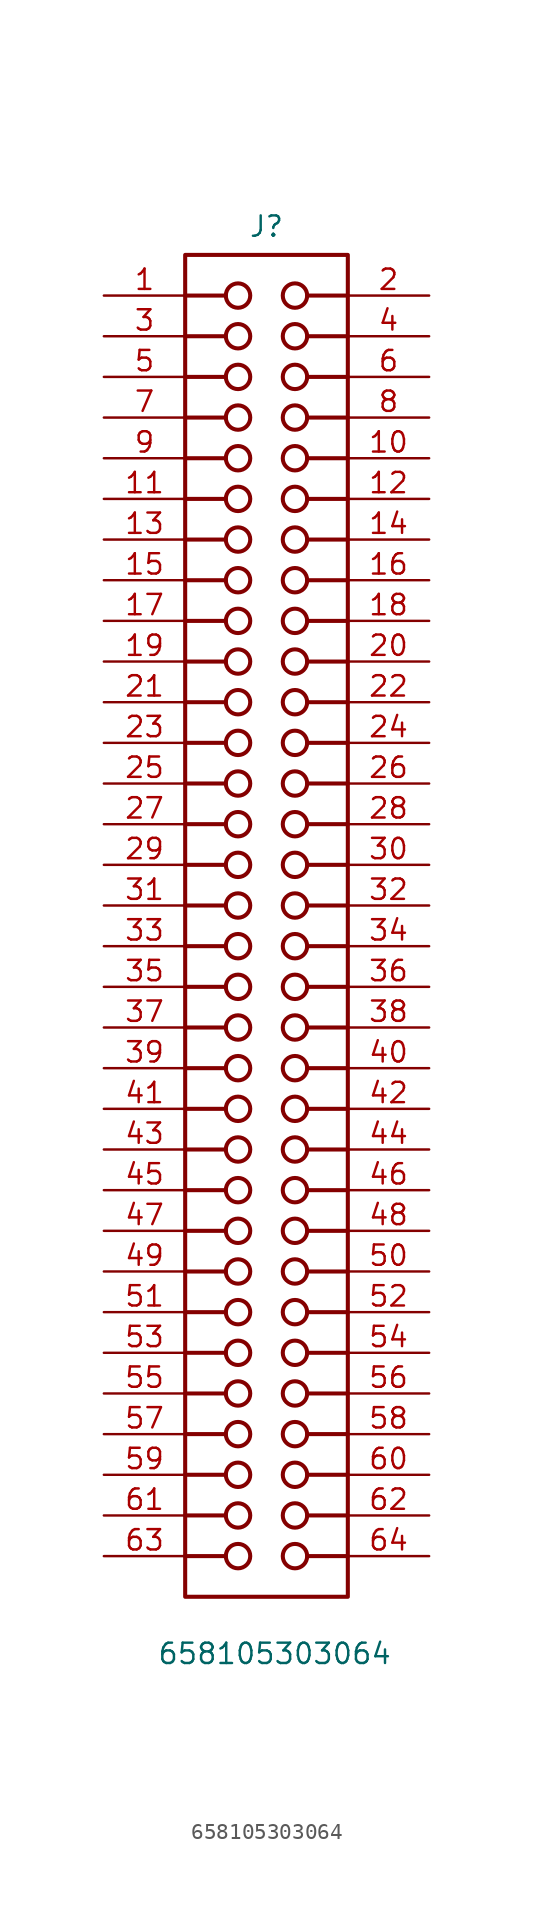
<source format=kicad_sym>
(kicad_symbol_lib
  (version 20241209)
  (generator "kicad_symbol_editor")
  (generator_version "9.0")
  (symbol "658105303064"
    (pin_names
      (hide yes))
    (property "Reference" "J"
      (at 0 42.418 0)
      (effects (font (size 1.27 1.27))))
    (property "Value" "658105303064"
      (at 0.508 -46.736 0)
      (effects (font (size 1.27 1.27))))
    (symbol "658105303064_1_1"
      (rectangle (start -5.08 40.64) (end 5.08 -43.18) (stroke (width 0.254) (type solid)) (fill (type none)))
      (polyline (pts (xy -5.08 38.1) (xy -2.54 38.1)) (stroke (width 0.254) (type solid)) (fill (type none)))
      (polyline (pts (xy -5.08 35.56) (xy -2.54 35.56)) (stroke (width 0.254) (type solid)) (fill (type none)))
      (polyline (pts (xy -5.08 33.02) (xy -2.54 33.02)) (stroke (width 0.254) (type solid)) (fill (type none)))
      (polyline (pts (xy -5.08 30.48) (xy -2.54 30.48)) (stroke (width 0.254) (type solid)) (fill (type none)))
      (polyline (pts (xy -5.08 27.94) (xy -2.54 27.94)) (stroke (width 0.254) (type solid)) (fill (type none)))
      (polyline (pts (xy -5.08 25.4) (xy -2.54 25.4)) (stroke (width 0.254) (type solid)) (fill (type none)))
      (polyline (pts (xy -5.08 22.86) (xy -2.54 22.86)) (stroke (width 0.254) (type solid)) (fill (type none)))
      (polyline (pts (xy -5.08 20.32) (xy -2.54 20.32)) (stroke (width 0.254) (type solid)) (fill (type none)))
      (polyline (pts (xy -5.08 17.78) (xy -2.54 17.78)) (stroke (width 0.254) (type solid)) (fill (type none)))
      (polyline (pts (xy -5.08 15.24) (xy -2.54 15.24)) (stroke (width 0.254) (type solid)) (fill (type none)))
      (polyline (pts (xy -5.08 12.7) (xy -2.54 12.7)) (stroke (width 0.254) (type solid)) (fill (type none)))
      (polyline (pts (xy -5.08 10.16) (xy -2.54 10.16)) (stroke (width 0.254) (type solid)) (fill (type none)))
      (polyline (pts (xy -5.08 7.62) (xy -2.54 7.62)) (stroke (width 0.254) (type solid)) (fill (type none)))
      (polyline (pts (xy -5.08 5.08) (xy -2.54 5.08)) (stroke (width 0.254) (type solid)) (fill (type none)))
      (polyline (pts (xy -5.08 2.54) (xy -2.54 2.54)) (stroke (width 0.254) (type solid)) (fill (type none)))
      (polyline (pts (xy -5.08 0) (xy -2.54 0)) (stroke (width 0.254) (type solid)) (fill (type none)))
      (polyline (pts (xy -5.08 -2.54) (xy -2.54 -2.54)) (stroke (width 0.254) (type solid)) (fill (type none)))
      (polyline (pts (xy -5.08 -5.08) (xy -2.54 -5.08)) (stroke (width 0.254) (type solid)) (fill (type none)))
      (polyline (pts (xy -5.08 -7.62) (xy -2.54 -7.62)) (stroke (width 0.254) (type solid)) (fill (type none)))
      (polyline (pts (xy -5.08 -10.16) (xy -2.54 -10.16)) (stroke (width 0.254) (type solid)) (fill (type none)))
      (polyline (pts (xy -5.08 -12.7) (xy -2.54 -12.7)) (stroke (width 0.254) (type solid)) (fill (type none)))
      (polyline (pts (xy -5.08 -15.24) (xy -2.54 -15.24)) (stroke (width 0.254) (type solid)) (fill (type none)))
      (polyline (pts (xy -5.08 -17.78) (xy -2.54 -17.78)) (stroke (width 0.254) (type solid)) (fill (type none)))
      (polyline (pts (xy -5.08 -20.32) (xy -2.54 -20.32)) (stroke (width 0.254) (type solid)) (fill (type none)))
      (polyline (pts (xy -5.08 -22.86) (xy -2.54 -22.86)) (stroke (width 0.254) (type solid)) (fill (type none)))
      (polyline (pts (xy -5.08 -25.4) (xy -2.54 -25.4)) (stroke (width 0.254) (type solid)) (fill (type none)))
      (polyline (pts (xy -5.08 -27.94) (xy -2.54 -27.94)) (stroke (width 0.254) (type solid)) (fill (type none)))
      (polyline (pts (xy -5.08 -30.48) (xy -2.54 -30.48)) (stroke (width 0.254) (type solid)) (fill (type none)))
      (polyline (pts (xy -5.08 -33.02) (xy -2.54 -33.02)) (stroke (width 0.254) (type solid)) (fill (type none)))
      (polyline (pts (xy -5.08 -35.56) (xy -2.54 -35.56)) (stroke (width 0.254) (type solid)) (fill (type none)))
      (polyline (pts (xy -5.08 -38.1) (xy -2.54 -38.1)) (stroke (width 0.254) (type solid)) (fill (type none)))
      (polyline (pts (xy -5.08 -40.64) (xy -2.54 -40.64)) (stroke (width 0.254) (type solid)) (fill (type none)))
      (circle (center -1.778 38.1) (radius 0.762) (stroke (width 0.254) (type solid)) (fill (type none)))
      (circle (center -1.778 35.56) (radius 0.762) (stroke (width 0.254) (type solid)) (fill (type none)))
      (circle (center -1.778 33.02) (radius 0.762) (stroke (width 0.254) (type solid)) (fill (type none)))
      (circle (center -1.778 30.48) (radius 0.762) (stroke (width 0.254) (type solid)) (fill (type none)))
      (circle (center -1.778 27.94) (radius 0.762) (stroke (width 0.254) (type solid)) (fill (type none)))
      (circle (center -1.778 25.4) (radius 0.762) (stroke (width 0.254) (type solid)) (fill (type none)))
      (circle (center -1.778 22.86) (radius 0.762) (stroke (width 0.254) (type solid)) (fill (type none)))
      (circle (center -1.778 20.32) (radius 0.762) (stroke (width 0.254) (type solid)) (fill (type none)))
      (circle (center -1.778 17.78) (radius 0.762) (stroke (width 0.254) (type solid)) (fill (type none)))
      (circle (center -1.778 15.24) (radius 0.762) (stroke (width 0.254) (type solid)) (fill (type none)))
      (circle (center -1.778 12.7) (radius 0.762) (stroke (width 0.254) (type solid)) (fill (type none)))
      (circle (center -1.778 10.16) (radius 0.762) (stroke (width 0.254) (type solid)) (fill (type none)))
      (circle (center -1.778 7.62) (radius 0.762) (stroke (width 0.254) (type solid)) (fill (type none)))
      (circle (center -1.778 5.08) (radius 0.762) (stroke (width 0.254) (type solid)) (fill (type none)))
      (circle (center -1.778 2.54) (radius 0.762) (stroke (width 0.254) (type solid)) (fill (type none)))
      (circle (center -1.778 0) (radius 0.762) (stroke (width 0.254) (type solid)) (fill (type none)))
      (circle (center -1.778 -2.54) (radius 0.762) (stroke (width 0.254) (type solid)) (fill (type none)))
      (circle (center -1.778 -5.08) (radius 0.762) (stroke (width 0.254) (type solid)) (fill (type none)))
      (circle (center -1.778 -7.62) (radius 0.762) (stroke (width 0.254) (type solid)) (fill (type none)))
      (circle (center -1.778 -10.16) (radius 0.762) (stroke (width 0.254) (type solid)) (fill (type none)))
      (circle (center -1.778 -12.7) (radius 0.762) (stroke (width 0.254) (type solid)) (fill (type none)))
      (circle (center -1.778 -15.24) (radius 0.762) (stroke (width 0.254) (type solid)) (fill (type none)))
      (circle (center -1.778 -17.78) (radius 0.762) (stroke (width 0.254) (type solid)) (fill (type none)))
      (circle (center -1.778 -20.32) (radius 0.762) (stroke (width 0.254) (type solid)) (fill (type none)))
      (circle (center -1.778 -22.86) (radius 0.762) (stroke (width 0.254) (type solid)) (fill (type none)))
      (circle (center -1.778 -25.4) (radius 0.762) (stroke (width 0.254) (type solid)) (fill (type none)))
      (circle (center -1.778 -27.94) (radius 0.762) (stroke (width 0.254) (type solid)) (fill (type none)))
      (circle (center -1.778 -30.48) (radius 0.762) (stroke (width 0.254) (type solid)) (fill (type none)))
      (circle (center -1.778 -33.02) (radius 0.762) (stroke (width 0.254) (type solid)) (fill (type none)))
      (circle (center -1.778 -35.56) (radius 0.762) (stroke (width 0.254) (type solid)) (fill (type none)))
      (circle (center -1.778 -38.1) (radius 0.762) (stroke (width 0.254) (type solid)) (fill (type none)))
      (circle (center -1.778 -40.64) (radius 0.762) (stroke (width 0.254) (type solid)) (fill (type none)))
      (circle (center 1.778 38.1) (radius 0.762) (stroke (width 0.254) (type solid)) (fill (type none)))
      (circle (center 1.778 35.56) (radius 0.762) (stroke (width 0.254) (type solid)) (fill (type none)))
      (circle (center 1.778 33.02) (radius 0.762) (stroke (width 0.254) (type solid)) (fill (type none)))
      (circle (center 1.778 30.48) (radius 0.762) (stroke (width 0.254) (type solid)) (fill (type none)))
      (circle (center 1.778 27.94) (radius 0.762) (stroke (width 0.254) (type solid)) (fill (type none)))
      (circle (center 1.778 25.4) (radius 0.762) (stroke (width 0.254) (type solid)) (fill (type none)))
      (circle (center 1.778 22.86) (radius 0.762) (stroke (width 0.254) (type solid)) (fill (type none)))
      (circle (center 1.778 20.32) (radius 0.762) (stroke (width 0.254) (type solid)) (fill (type none)))
      (circle (center 1.778 17.78) (radius 0.762) (stroke (width 0.254) (type solid)) (fill (type none)))
      (circle (center 1.778 15.24) (radius 0.762) (stroke (width 0.254) (type solid)) (fill (type none)))
      (circle (center 1.778 12.7) (radius 0.762) (stroke (width 0.254) (type solid)) (fill (type none)))
      (circle (center 1.778 10.16) (radius 0.762) (stroke (width 0.254) (type solid)) (fill (type none)))
      (circle (center 1.778 7.62) (radius 0.762) (stroke (width 0.254) (type solid)) (fill (type none)))
      (circle (center 1.778 5.08) (radius 0.762) (stroke (width 0.254) (type solid)) (fill (type none)))
      (circle (center 1.778 2.54) (radius 0.762) (stroke (width 0.254) (type solid)) (fill (type none)))
      (circle (center 1.778 0) (radius 0.762) (stroke (width 0.254) (type solid)) (fill (type none)))
      (circle (center 1.778 -2.54) (radius 0.762) (stroke (width 0.254) (type solid)) (fill (type none)))
      (circle (center 1.778 -5.08) (radius 0.762) (stroke (width 0.254) (type solid)) (fill (type none)))
      (circle (center 1.778 -7.62) (radius 0.762) (stroke (width 0.254) (type solid)) (fill (type none)))
      (circle (center 1.778 -10.16) (radius 0.762) (stroke (width 0.254) (type solid)) (fill (type none)))
      (circle (center 1.778 -12.7) (radius 0.762) (stroke (width 0.254) (type solid)) (fill (type none)))
      (circle (center 1.778 -15.24) (radius 0.762) (stroke (width 0.254) (type solid)) (fill (type none)))
      (circle (center 1.778 -17.78) (radius 0.762) (stroke (width 0.254) (type solid)) (fill (type none)))
      (circle (center 1.778 -20.32) (radius 0.762) (stroke (width 0.254) (type solid)) (fill (type none)))
      (circle (center 1.778 -22.86) (radius 0.762) (stroke (width 0.254) (type solid)) (fill (type none)))
      (circle (center 1.778 -25.4) (radius 0.762) (stroke (width 0.254) (type solid)) (fill (type none)))
      (circle (center 1.778 -27.94) (radius 0.762) (stroke (width 0.254) (type solid)) (fill (type none)))
      (circle (center 1.778 -30.48) (radius 0.762) (stroke (width 0.254) (type solid)) (fill (type none)))
      (circle (center 1.778 -33.02) (radius 0.762) (stroke (width 0.254) (type solid)) (fill (type none)))
      (circle (center 1.778 -35.56) (radius 0.762) (stroke (width 0.254) (type solid)) (fill (type none)))
      (circle (center 1.778 -38.1) (radius 0.762) (stroke (width 0.254) (type solid)) (fill (type none)))
      (circle (center 1.778 -40.64) (radius 0.762) (stroke (width 0.254) (type solid)) (fill (type none)))
      (polyline (pts (xy 5.08 38.1) (xy 2.54 38.1)) (stroke (width 0.254) (type solid)) (fill (type none)))
      (polyline (pts (xy 5.08 35.56) (xy 2.54 35.56)) (stroke (width 0.254) (type solid)) (fill (type none)))
      (polyline (pts (xy 5.08 33.02) (xy 2.54 33.02)) (stroke (width 0.254) (type solid)) (fill (type none)))
      (polyline (pts (xy 5.08 30.48) (xy 2.54 30.48)) (stroke (width 0.254) (type solid)) (fill (type none)))
      (polyline (pts (xy 5.08 27.94) (xy 2.54 27.94)) (stroke (width 0.254) (type solid)) (fill (type none)))
      (polyline (pts (xy 5.08 25.4) (xy 2.54 25.4)) (stroke (width 0.254) (type solid)) (fill (type none)))
      (polyline (pts (xy 5.08 22.86) (xy 2.54 22.86)) (stroke (width 0.254) (type solid)) (fill (type none)))
      (polyline (pts (xy 5.08 20.32) (xy 2.54 20.32)) (stroke (width 0.254) (type solid)) (fill (type none)))
      (polyline (pts (xy 5.08 17.78) (xy 2.54 17.78)) (stroke (width 0.254) (type solid)) (fill (type none)))
      (polyline (pts (xy 5.08 15.24) (xy 2.54 15.24)) (stroke (width 0.254) (type solid)) (fill (type none)))
      (polyline (pts (xy 5.08 12.7) (xy 2.54 12.7)) (stroke (width 0.254) (type solid)) (fill (type none)))
      (polyline (pts (xy 5.08 10.16) (xy 2.54 10.16)) (stroke (width 0.254) (type solid)) (fill (type none)))
      (polyline (pts (xy 5.08 7.62) (xy 2.54 7.62)) (stroke (width 0.254) (type solid)) (fill (type none)))
      (polyline (pts (xy 5.08 5.08) (xy 2.54 5.08)) (stroke (width 0.254) (type solid)) (fill (type none)))
      (polyline (pts (xy 5.08 2.54) (xy 2.54 2.54)) (stroke (width 0.254) (type solid)) (fill (type none)))
      (polyline (pts (xy 5.08 0) (xy 2.54 0)) (stroke (width 0.254) (type solid)) (fill (type none)))
      (polyline (pts (xy 5.08 -2.54) (xy 2.54 -2.54)) (stroke (width 0.254) (type solid)) (fill (type none)))
      (polyline (pts (xy 5.08 -5.08) (xy 2.54 -5.08)) (stroke (width 0.254) (type solid)) (fill (type none)))
      (polyline (pts (xy 5.08 -7.62) (xy 2.54 -7.62)) (stroke (width 0.254) (type solid)) (fill (type none)))
      (polyline (pts (xy 5.08 -10.16) (xy 2.54 -10.16)) (stroke (width 0.254) (type solid)) (fill (type none)))
      (polyline (pts (xy 5.08 -12.7) (xy 2.54 -12.7)) (stroke (width 0.254) (type solid)) (fill (type none)))
      (polyline (pts (xy 5.08 -15.24) (xy 2.54 -15.24)) (stroke (width 0.254) (type solid)) (fill (type none)))
      (polyline (pts (xy 5.08 -17.78) (xy 2.54 -17.78)) (stroke (width 0.254) (type solid)) (fill (type none)))
      (polyline (pts (xy 5.08 -20.32) (xy 2.54 -20.32)) (stroke (width 0.254) (type solid)) (fill (type none)))
      (polyline (pts (xy 5.08 -22.86) (xy 2.54 -22.86)) (stroke (width 0.254) (type solid)) (fill (type none)))
      (polyline (pts (xy 5.08 -25.4) (xy 2.54 -25.4)) (stroke (width 0.254) (type solid)) (fill (type none)))
      (polyline (pts (xy 5.08 -27.94) (xy 2.54 -27.94)) (stroke (width 0.254) (type solid)) (fill (type none)))
      (polyline (pts (xy 5.08 -30.48) (xy 2.54 -30.48)) (stroke (width 0.254) (type solid)) (fill (type none)))
      (polyline (pts (xy 5.08 -33.02) (xy 2.54 -33.02)) (stroke (width 0.254) (type solid)) (fill (type none)))
      (polyline (pts (xy 5.08 -35.56) (xy 2.54 -35.56)) (stroke (width 0.254) (type solid)) (fill (type none)))
      (polyline (pts (xy 5.08 -38.1) (xy 2.54 -38.1)) (stroke (width 0.254) (type solid)) (fill (type none)))
      (polyline (pts (xy 5.08 -40.64) (xy 2.54 -40.64)) (stroke (width 0.254) (type solid)) (fill (type none)))
      (pin passive line (at -10.16 38.1 0) (length 5.08) (name "1" (effects (font (size 1.27 1.27)))) (number "1" (effects (font (size 1.27 1.27)))))
      (pin passive line (at -10.16 35.56 0) (length 5.08) (name "3" (effects (font (size 1.27 1.27)))) (number "3" (effects (font (size 1.27 1.27)))))
      (pin passive line (at -10.16 33.02 0) (length 5.08) (name "5" (effects (font (size 1.27 1.27)))) (number "5" (effects (font (size 1.27 1.27)))))
      (pin passive line (at -10.16 30.48 0) (length 5.08) (name "7" (effects (font (size 1.27 1.27)))) (number "7" (effects (font (size 1.27 1.27)))))
      (pin passive line (at -10.16 27.94 0) (length 5.08) (name "9" (effects (font (size 1.27 1.27)))) (number "9" (effects (font (size 1.27 1.27)))))
      (pin passive line (at -10.16 25.4 0) (length 5.08) (name "11" (effects (font (size 1.27 1.27)))) (number "11" (effects (font (size 1.27 1.27)))))
      (pin passive line (at -10.16 22.86 0) (length 5.08) (name "13" (effects (font (size 1.27 1.27)))) (number "13" (effects (font (size 1.27 1.27)))))
      (pin passive line (at -10.16 20.32 0) (length 5.08) (name "15" (effects (font (size 1.27 1.27)))) (number "15" (effects (font (size 1.27 1.27)))))
      (pin passive line (at -10.16 17.78 0) (length 5.08) (name "17" (effects (font (size 1.27 1.27)))) (number "17" (effects (font (size 1.27 1.27)))))
      (pin passive line (at -10.16 15.24 0) (length 5.08) (name "19" (effects (font (size 1.27 1.27)))) (number "19" (effects (font (size 1.27 1.27)))))
      (pin passive line (at -10.16 12.7 0) (length 5.08) (name "21" (effects (font (size 1.27 1.27)))) (number "21" (effects (font (size 1.27 1.27)))))
      (pin passive line (at -10.16 10.16 0) (length 5.08) (name "23" (effects (font (size 1.27 1.27)))) (number "23" (effects (font (size 1.27 1.27)))))
      (pin passive line (at -10.16 7.62 0) (length 5.08) (name "25" (effects (font (size 1.27 1.27)))) (number "25" (effects (font (size 1.27 1.27)))))
      (pin passive line (at -10.16 5.08 0) (length 5.08) (name "27" (effects (font (size 1.27 1.27)))) (number "27" (effects (font (size 1.27 1.27)))))
      (pin passive line (at -10.16 2.54 0) (length 5.08) (name "29" (effects (font (size 1.27 1.27)))) (number "29" (effects (font (size 1.27 1.27)))))
      (pin passive line (at -10.16 0 0) (length 5.08) (name "31" (effects (font (size 1.27 1.27)))) (number "31" (effects (font (size 1.27 1.27)))))
      (pin passive line (at -10.16 -2.54 0) (length 5.08) (name "33" (effects (font (size 1.27 1.27)))) (number "33" (effects (font (size 1.27 1.27)))))
      (pin passive line (at -10.16 -5.08 0) (length 5.08) (name "35" (effects (font (size 1.27 1.27)))) (number "35" (effects (font (size 1.27 1.27)))))
      (pin passive line (at -10.16 -7.62 0) (length 5.08) (name "37" (effects (font (size 1.27 1.27)))) (number "37" (effects (font (size 1.27 1.27)))))
      (pin passive line (at -10.16 -10.16 0) (length 5.08) (name "39" (effects (font (size 1.27 1.27)))) (number "39" (effects (font (size 1.27 1.27)))))
      (pin passive line (at -10.16 -12.7 0) (length 5.08) (name "41" (effects (font (size 1.27 1.27)))) (number "41" (effects (font (size 1.27 1.27)))))
      (pin passive line (at -10.16 -15.24 0) (length 5.08) (name "43" (effects (font (size 1.27 1.27)))) (number "43" (effects (font (size 1.27 1.27)))))
      (pin passive line (at -10.16 -17.78 0) (length 5.08) (name "45" (effects (font (size 1.27 1.27)))) (number "45" (effects (font (size 1.27 1.27)))))
      (pin passive line (at -10.16 -20.32 0) (length 5.08) (name "47" (effects (font (size 1.27 1.27)))) (number "47" (effects (font (size 1.27 1.27)))))
      (pin passive line (at -10.16 -22.86 0) (length 5.08) (name "49" (effects (font (size 1.27 1.27)))) (number "49" (effects (font (size 1.27 1.27)))))
      (pin passive line (at -10.16 -25.4 0) (length 5.08) (name "51" (effects (font (size 1.27 1.27)))) (number "51" (effects (font (size 1.27 1.27)))))
      (pin passive line (at -10.16 -27.94 0) (length 5.08) (name "53" (effects (font (size 1.27 1.27)))) (number "53" (effects (font (size 1.27 1.27)))))
      (pin passive line (at -10.16 -30.48 0) (length 5.08) (name "55" (effects (font (size 1.27 1.27)))) (number "55" (effects (font (size 1.27 1.27)))))
      (pin passive line (at -10.16 -33.02 0) (length 5.08) (name "57" (effects (font (size 1.27 1.27)))) (number "57" (effects (font (size 1.27 1.27)))))
      (pin passive line (at -10.16 -35.56 0) (length 5.08) (name "59" (effects (font (size 1.27 1.27)))) (number "59" (effects (font (size 1.27 1.27)))))
      (pin passive line (at -10.16 -38.1 0) (length 5.08) (name "61" (effects (font (size 1.27 1.27)))) (number "61" (effects (font (size 1.27 1.27)))))
      (pin passive line (at -10.16 -40.64 0) (length 5.08) (name "63" (effects (font (size 1.27 1.27)))) (number "63" (effects (font (size 1.27 1.27)))))
      (pin passive line (at 10.16 38.1 180) (length 5.08) (name "2" (effects (font (size 1.27 1.27)))) (number "2" (effects (font (size 1.27 1.27)))))
      (pin passive line (at 10.16 35.56 180) (length 5.08) (name "4" (effects (font (size 1.27 1.27)))) (number "4" (effects (font (size 1.27 1.27)))))
      (pin passive line (at 10.16 33.02 180) (length 5.08) (name "6" (effects (font (size 1.27 1.27)))) (number "6" (effects (font (size 1.27 1.27)))))
      (pin passive line (at 10.16 30.48 180) (length 5.08) (name "8" (effects (font (size 1.27 1.27)))) (number "8" (effects (font (size 1.27 1.27)))))
      (pin passive line (at 10.16 27.94 180) (length 5.08) (name "10" (effects (font (size 1.27 1.27)))) (number "10" (effects (font (size 1.27 1.27)))))
      (pin passive line (at 10.16 25.4 180) (length 5.08) (name "12" (effects (font (size 1.27 1.27)))) (number "12" (effects (font (size 1.27 1.27)))))
      (pin passive line (at 10.16 22.86 180) (length 5.08) (name "14" (effects (font (size 1.27 1.27)))) (number "14" (effects (font (size 1.27 1.27)))))
      (pin passive line (at 10.16 20.32 180) (length 5.08) (name "16" (effects (font (size 1.27 1.27)))) (number "16" (effects (font (size 1.27 1.27)))))
      (pin passive line (at 10.16 17.78 180) (length 5.08) (name "18" (effects (font (size 1.27 1.27)))) (number "18" (effects (font (size 1.27 1.27)))))
      (pin passive line (at 10.16 15.24 180) (length 5.08) (name "20" (effects (font (size 1.27 1.27)))) (number "20" (effects (font (size 1.27 1.27)))))
      (pin passive line (at 10.16 12.7 180) (length 5.08) (name "22" (effects (font (size 1.27 1.27)))) (number "22" (effects (font (size 1.27 1.27)))))
      (pin passive line (at 10.16 10.16 180) (length 5.08) (name "24" (effects (font (size 1.27 1.27)))) (number "24" (effects (font (size 1.27 1.27)))))
      (pin passive line (at 10.16 7.62 180) (length 5.08) (name "1" (effects (font (size 1.27 1.27)))) (number "26" (effects (font (size 1.27 1.27)))))
      (pin passive line (at 10.16 5.08 180) (length 5.08) (name "28" (effects (font (size 1.27 1.27)))) (number "28" (effects (font (size 1.27 1.27)))))
      (pin passive line (at 10.16 2.54 180) (length 5.08) (name "30" (effects (font (size 1.27 1.27)))) (number "30" (effects (font (size 1.27 1.27)))))
      (pin passive line (at 10.16 0 180) (length 5.08) (name "32" (effects (font (size 1.27 1.27)))) (number "32" (effects (font (size 1.27 1.27)))))
      (pin passive line (at 10.16 -2.54 180) (length 5.08) (name "34" (effects (font (size 1.27 1.27)))) (number "34" (effects (font (size 1.27 1.27)))))
      (pin passive line (at 10.16 -5.08 180) (length 5.08) (name "36" (effects (font (size 1.27 1.27)))) (number "36" (effects (font (size 1.27 1.27)))))
      (pin passive line (at 10.16 -7.62 180) (length 5.08) (name "38" (effects (font (size 1.27 1.27)))) (number "38" (effects (font (size 1.27 1.27)))))
      (pin passive line (at 10.16 -10.16 180) (length 5.08) (name "40" (effects (font (size 1.27 1.27)))) (number "40" (effects (font (size 1.27 1.27)))))
      (pin passive line (at 10.16 -12.7 180) (length 5.08) (name "42" (effects (font (size 1.27 1.27)))) (number "42" (effects (font (size 1.27 1.27)))))
      (pin passive line (at 10.16 -15.24 180) (length 5.08) (name "44" (effects (font (size 1.27 1.27)))) (number "44" (effects (font (size 1.27 1.27)))))
      (pin passive line (at 10.16 -17.78 180) (length 5.08) (name "46" (effects (font (size 1.27 1.27)))) (number "46" (effects (font (size 1.27 1.27)))))
      (pin passive line (at 10.16 -20.32 180) (length 5.08) (name "48" (effects (font (size 1.27 1.27)))) (number "48" (effects (font (size 1.27 1.27)))))
      (pin passive line (at 10.16 -22.86 180) (length 5.08) (name "50" (effects (font (size 1.27 1.27)))) (number "50" (effects (font (size 1.27 1.27)))))
      (pin passive line (at 10.16 -25.4 180) (length 5.08) (name "52" (effects (font (size 1.27 1.27)))) (number "52" (effects (font (size 1.27 1.27)))))
      (pin passive line (at 10.16 -27.94 180) (length 5.08) (name "54" (effects (font (size 1.27 1.27)))) (number "54" (effects (font (size 1.27 1.27)))))
      (pin passive line (at 10.16 -30.48 180) (length 5.08) (name "56" (effects (font (size 1.27 1.27)))) (number "56" (effects (font (size 1.27 1.27)))))
      (pin passive line (at 10.16 -33.02 180) (length 5.08) (name "58" (effects (font (size 1.27 1.27)))) (number "58" (effects (font (size 1.27 1.27)))))
      (pin passive line (at 10.16 -35.56 180) (length 5.08) (name "60" (effects (font (size 1.27 1.27)))) (number "60" (effects (font (size 1.27 1.27)))))
      (pin passive line (at 10.16 -38.1 180) (length 5.08) (name "62" (effects (font (size 1.27 1.27)))) (number "62" (effects (font (size 1.27 1.27)))))
      (pin passive line (at 10.16 -40.64 180) (length 5.08) (name "64" (effects (font (size 1.27 1.27)))) (number "64" (effects (font (size 1.27 1.27))))))))
</source>
